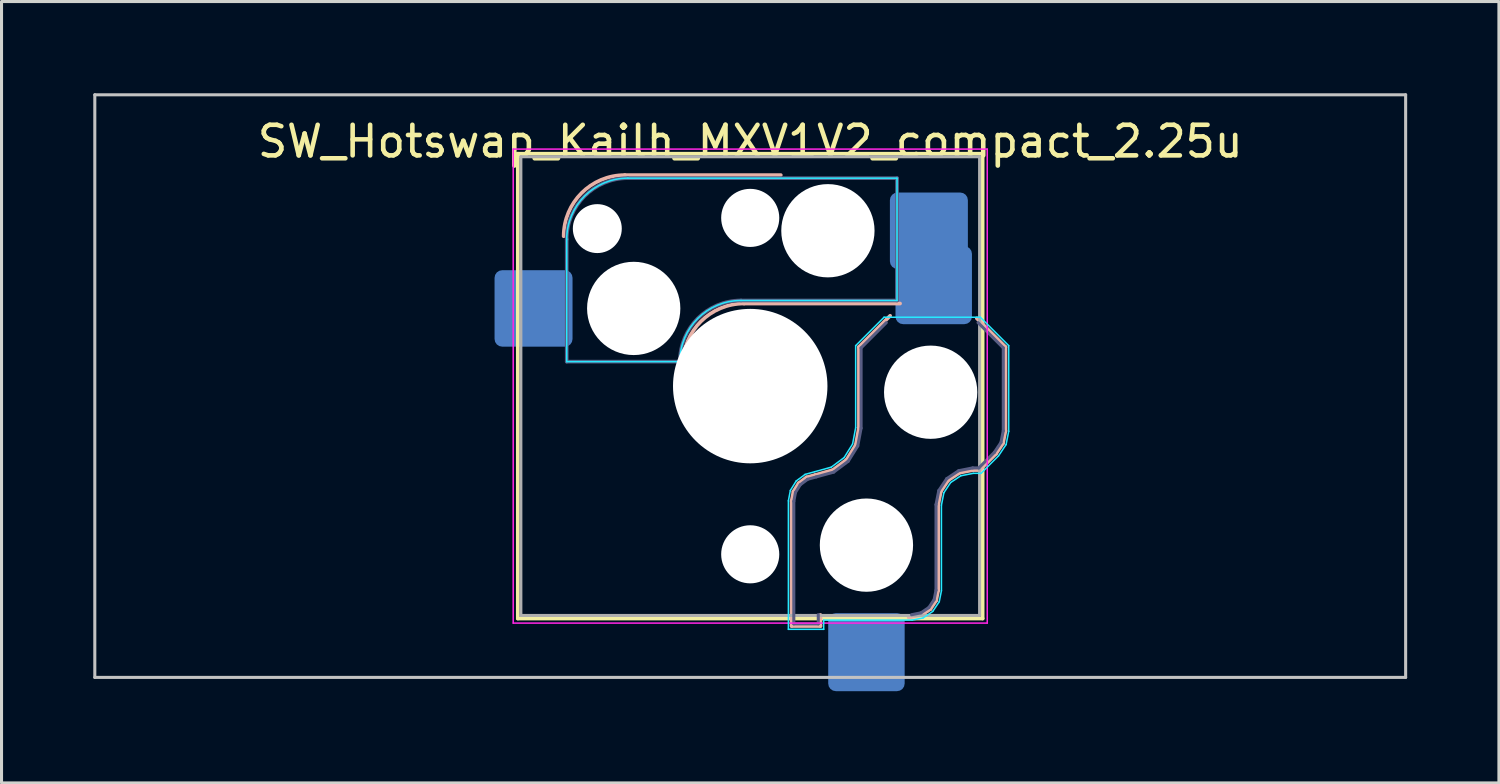
<source format=kicad_pcb>
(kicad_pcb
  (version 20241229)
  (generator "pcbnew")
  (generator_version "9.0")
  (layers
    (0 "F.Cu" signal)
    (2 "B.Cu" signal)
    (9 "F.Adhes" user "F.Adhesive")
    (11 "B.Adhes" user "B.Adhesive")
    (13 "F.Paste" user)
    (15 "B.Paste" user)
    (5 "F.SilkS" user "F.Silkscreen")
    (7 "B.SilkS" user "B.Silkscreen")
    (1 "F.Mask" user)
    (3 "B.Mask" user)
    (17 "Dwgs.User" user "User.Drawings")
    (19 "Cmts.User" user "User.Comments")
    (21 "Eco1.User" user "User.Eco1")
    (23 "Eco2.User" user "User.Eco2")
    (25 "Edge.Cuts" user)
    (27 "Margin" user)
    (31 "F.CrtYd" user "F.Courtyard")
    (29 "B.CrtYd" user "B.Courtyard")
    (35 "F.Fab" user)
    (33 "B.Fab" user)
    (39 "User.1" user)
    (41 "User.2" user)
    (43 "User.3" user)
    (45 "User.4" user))
  (footprint "SW_Hotswap_Kailh_MXV1V2_compact_2.25u"
    (layer "F.Cu")
    (at 21.481 9.575)
    (property "Reference" "SW_Hotswap_Kailh_MXV1V2_compact_2.25u" (at 0 -8 0) (layer "F.SilkS") (effects (font (size 1 1) (thickness 0.15))))
    (attr smd)
    (fp_line (start -7.6 -7.6) (end -7.6 7.6) (stroke (width 0.12) (type solid)) (layer "F.SilkS"))
    (fp_line (start -7.6 7.6) (end 7.6 7.6) (stroke (width 0.12) (type solid)) (layer "F.SilkS"))
    (fp_line (start 7.6 -7.6) (end -7.6 -7.6) (stroke (width 0.12) (type solid)) (layer "F.SilkS"))
    (fp_line (start 7.6 7.6) (end 7.6 -7.6) (stroke (width 0.12) (type solid)) (layer "F.SilkS"))
    (fp_line (start -4.1 -6.9) (end 1 -6.9) (stroke (width 0.12) (type solid)) (layer "B.SilkS"))
    (fp_line (start -0.2 -2.7) (end 4.9 -2.7) (stroke (width 0.12) (type solid)) (layer "B.SilkS"))
    (fp_line (start 1.354 3.76) (end 1.413 3.45) (stroke (width 0.12) (type solid)) (layer "B.SilkS"))
    (fp_line (start 1.354 7.846) (end 1.354 3.76) (stroke (width 0.12) (type solid)) (layer "B.SilkS"))
    (fp_line (start 1.413 3.45) (end 1.583 3.176) (stroke (width 0.12) (type solid)) (layer "B.SilkS"))
    (fp_line (start 1.583 3.176) (end 1.841 2.983) (stroke (width 0.12) (type solid)) (layer "B.SilkS"))
    (fp_line (start 1.841 2.983) (end 2.139 2.901) (stroke (width 0.12) (type solid)) (layer "B.SilkS"))
    (fp_line (start 2.139 2.901) (end 2.697 2.747) (stroke (width 0.12) (type solid)) (layer "B.SilkS"))
    (fp_line (start 2.296 7.483) (end 2.296 7.846) (stroke (width 0.12) (type solid)) (layer "B.SilkS"))
    (fp_line (start 2.296 7.846) (end 1.354 7.846) (stroke (width 0.12) (type solid)) (layer "B.SilkS"))
    (fp_line (start 2.697 2.747) (end 3.15 2.409) (stroke (width 0.12) (type solid)) (layer "B.SilkS"))
    (fp_line (start 3.15 2.409) (end 3.449 1.93) (stroke (width 0.12) (type solid)) (layer "B.SilkS"))
    (fp_line (start 3.449 1.93) (end 3.554 1.368) (stroke (width 0.12) (type solid)) (layer "B.SilkS"))
    (fp_line (start 3.554 -1.279) (end 4.575 -2.3) (stroke (width 0.12) (type solid)) (layer "B.SilkS"))
    (fp_line (start 3.554 1.368) (end 3.554 -1.279) (stroke (width 0.12) (type solid)) (layer "B.SilkS"))
    (fp_line (start 5.609 7.481) (end 5.182 7.566) (stroke (width 0.12) (type solid)) (layer "B.SilkS"))
    (fp_line (start 5.892 7.292) (end 5.609 7.481) (stroke (width 0.12) (type solid)) (layer "B.SilkS"))
    (fp_line (start 6.081 7.009) (end 5.892 7.292) (stroke (width 0.12) (type solid)) (layer "B.SilkS"))
    (fp_line (start 6.146 3.882) (end 6.146 6.682) (stroke (width 0.12) (type solid)) (layer "B.SilkS"))
    (fp_line (start 6.146 6.682) (end 6.081 7.009) (stroke (width 0.12) (type solid)) (layer "B.SilkS"))
    (fp_line (start 6.233 3.444) (end 6.146 3.882) (stroke (width 0.12) (type solid)) (layer "B.SilkS"))
    (fp_line (start 6.477 3.077) (end 6.233 3.444) (stroke (width 0.12) (type solid)) (layer "B.SilkS"))
    (fp_line (start 6.844 2.833) (end 6.477 3.077) (stroke (width 0.12) (type solid)) (layer "B.SilkS"))
    (fp_line (start 7.282 2.746) (end 6.844 2.833) (stroke (width 0.12) (type solid)) (layer "B.SilkS"))
    (fp_line (start 7.409 -2.216) (end 8.346 -1.279) (stroke (width 0.12) (type solid)) (layer "B.SilkS"))
    (fp_line (start 7.504 2.746) (end 7.282 2.746) (stroke (width 0.12) (type solid)) (layer "B.SilkS"))
    (fp_line (start 8.037 2.213) (end 7.504 2.746) (stroke (width 0.12) (type solid)) (layer "B.SilkS"))
    (fp_line (start 8.266 1.871) (end 8.037 2.213) (stroke (width 0.12) (type solid)) (layer "B.SilkS"))
    (fp_line (start 8.346 -1.279) (end 8.346 1.468) (stroke (width 0.12) (type solid)) (layer "B.SilkS"))
    (fp_line (start 8.346 1.468) (end 8.266 1.871) (stroke (width 0.12) (type solid)) (layer "B.SilkS"))
    (fp_arc (start -6.1 -4.9) (mid -5.514214 -6.314214) (end -4.1 -6.9) (stroke (width 0.12) (type solid)) (layer "B.SilkS"))
    (fp_arc (start -2.2 -0.7) (mid -1.614214 -2.114214) (end -0.2 -2.7) (stroke (width 0.12) (type solid)) (layer "B.SilkS"))
    (fp_line (start -21.431 -9.525) (end -21.431 9.525) (stroke (width 0.1) (type solid)) (layer "Dwgs.User"))
    (fp_line (start -21.431 9.525) (end 21.431 9.525) (stroke (width 0.1) (type solid)) (layer "Dwgs.User"))
    (fp_line (start 21.431 -9.525) (end -21.431 -9.525) (stroke (width 0.1) (type solid)) (layer "Dwgs.User"))
    (fp_line (start 21.431 9.525) (end 21.431 -9.525) (stroke (width 0.1) (type solid)) (layer "Dwgs.User"))
    (fp_line (start -6 -0.8) (end -6 -4.8) (stroke (width 0.05) (type solid)) (layer "B.CrtYd"))
    (fp_line (start -6 -0.8) (end -2.3 -0.8) (stroke (width 0.05) (type solid)) (layer "B.CrtYd"))
    (fp_line (start -4 -6.8) (end 4.8 -6.8) (stroke (width 0.05) (type solid)) (layer "B.CrtYd"))
    (fp_line (start -0.3 -2.8) (end 4.8 -2.8) (stroke (width 0.05) (type solid)) (layer "B.CrtYd"))
    (fp_line (start 1.248 3.75) (end 1.312 3.411) (stroke (width 0.05) (type solid)) (layer "B.CrtYd"))
    (fp_line (start 1.248 7.952) (end 1.248 3.75) (stroke (width 0.05) (type solid)) (layer "B.CrtYd"))
    (fp_line (start 1.312 3.411) (end 1.503 3.103) (stroke (width 0.05) (type solid)) (layer "B.CrtYd"))
    (fp_line (start 1.503 3.103) (end 1.794 2.887) (stroke (width 0.05) (type solid)) (layer "B.CrtYd"))
    (fp_line (start 1.794 2.887) (end 2.111 2.799) (stroke (width 0.05) (type solid)) (layer "B.CrtYd"))
    (fp_line (start 2.111 2.799) (end 2.65 2.65) (stroke (width 0.05) (type solid)) (layer "B.CrtYd"))
    (fp_line (start 2.402 7.652) (end 2.402 7.952) (stroke (width 0.05) (type solid)) (layer "B.CrtYd"))
    (fp_line (start 2.402 7.952) (end 1.248 7.952) (stroke (width 0.05) (type solid)) (layer "B.CrtYd"))
    (fp_line (start 2.65 2.65) (end 3.071 2.336) (stroke (width 0.05) (type solid)) (layer "B.CrtYd"))
    (fp_line (start 3.071 2.336) (end 3.348 1.891) (stroke (width 0.05) (type solid)) (layer "B.CrtYd"))
    (fp_line (start 3.348 1.891) (end 3.448 1.359) (stroke (width 0.05) (type solid)) (layer "B.CrtYd"))
    (fp_line (start 3.448 -1.323) (end 4.377 -2.252) (stroke (width 0.05) (type solid)) (layer "B.CrtYd"))
    (fp_line (start 3.448 1.359) (end 3.448 -1.323) (stroke (width 0.05) (type solid)) (layer "B.CrtYd"))
    (fp_line (start 4.377 -2.252) (end 7.523 -2.252) (stroke (width 0.05) (type solid)) (layer "B.CrtYd"))
    (fp_line (start 4.8 -6.8) (end 4.8 -2.8) (stroke (width 0.05) (type solid)) (layer "B.CrtYd"))
    (fp_line (start 5.292 7.652) (end 2.402 7.652) (stroke (width 0.05) (type solid)) (layer "B.CrtYd"))
    (fp_line (start 5.65 7.581) (end 5.292 7.652) (stroke (width 0.05) (type solid)) (layer "B.CrtYd"))
    (fp_line (start 5.968 7.368) (end 5.65 7.581) (stroke (width 0.05) (type solid)) (layer "B.CrtYd"))
    (fp_line (start 6.181 7.05) (end 5.968 7.368) (stroke (width 0.05) (type solid)) (layer "B.CrtYd"))
    (fp_line (start 6.252 3.892) (end 6.252 6.692) (stroke (width 0.05) (type solid)) (layer "B.CrtYd"))
    (fp_line (start 6.252 6.692) (end 6.181 7.05) (stroke (width 0.05) (type solid)) (layer "B.CrtYd"))
    (fp_line (start 6.333 3.485) (end 6.252 3.892) (stroke (width 0.05) (type solid)) (layer "B.CrtYd"))
    (fp_line (start 6.553 3.153) (end 6.333 3.485) (stroke (width 0.05) (type solid)) (layer "B.CrtYd"))
    (fp_line (start 6.885 2.933) (end 6.553 3.153) (stroke (width 0.05) (type solid)) (layer "B.CrtYd"))
    (fp_line (start 7.292 2.852) (end 6.885 2.933) (stroke (width 0.05) (type solid)) (layer "B.CrtYd"))
    (fp_line (start 7.523 -2.252) (end 8.452 -1.323) (stroke (width 0.05) (type solid)) (layer "B.CrtYd"))
    (fp_line (start 7.548 2.852) (end 7.292 2.852) (stroke (width 0.05) (type solid)) (layer "B.CrtYd"))
    (fp_line (start 8.119 2.281) (end 7.548 2.852) (stroke (width 0.05) (type solid)) (layer "B.CrtYd"))
    (fp_line (start 8.366 1.912) (end 8.119 2.281) (stroke (width 0.05) (type solid)) (layer "B.CrtYd"))
    (fp_line (start 8.452 -1.323) (end 8.452 1.478) (stroke (width 0.05) (type solid)) (layer "B.CrtYd"))
    (fp_line (start 8.452 1.478) (end 8.366 1.912) (stroke (width 0.05) (type solid)) (layer "B.CrtYd"))
    (fp_arc (start -6 -4.8) (mid -5.414214 -6.214214) (end -4 -6.8) (stroke (width 0.05) (type solid)) (layer "B.CrtYd"))
    (fp_arc (start -2.3 -0.8) (mid -1.714214 -2.214214) (end -0.3 -2.8) (stroke (width 0.05) (type solid)) (layer "B.CrtYd"))
    (fp_line (start -7.75 -7.75) (end -7.75 7.75) (stroke (width 0.05) (type solid)) (layer "F.CrtYd"))
    (fp_line (start -7.75 7.75) (end 7.75 7.75) (stroke (width 0.05) (type solid)) (layer "F.CrtYd"))
    (fp_line (start 7.75 -7.75) (end -7.75 -7.75) (stroke (width 0.05) (type solid)) (layer "F.CrtYd"))
    (fp_line (start 7.75 7.75) (end 7.75 -7.75) (stroke (width 0.05) (type solid)) (layer "F.CrtYd"))
    (fp_line (start -6 -0.8) (end -6 -4.8) (stroke (width 0.12) (type solid)) (layer "B.Fab"))
    (fp_line (start -6 -0.8) (end -2.3 -0.8) (stroke (width 0.12) (type solid)) (layer "B.Fab"))
    (fp_line (start -4 -6.8) (end 4.8 -6.8) (stroke (width 0.12) (type solid)) (layer "B.Fab"))
    (fp_line (start -0.3 -2.8) (end 4.8 -2.8) (stroke (width 0.12) (type solid)) (layer "B.Fab"))
    (fp_line (start 1.425 3.767) (end 1.48 3.476) (stroke (width 0.1) (type solid)) (layer "B.Fab"))
    (fp_line (start 1.425 7.775) (end 1.425 3.767) (stroke (width 0.1) (type solid)) (layer "B.Fab"))
    (fp_line (start 1.48 3.476) (end 1.636 3.225) (stroke (width 0.1) (type solid)) (layer "B.Fab"))
    (fp_line (start 1.636 3.225) (end 1.873 3.048) (stroke (width 0.1) (type solid)) (layer "B.Fab"))
    (fp_line (start 1.873 3.048) (end 2.158 2.969) (stroke (width 0.1) (type solid)) (layer "B.Fab"))
    (fp_line (start 2.158 2.969) (end 2.729 2.812) (stroke (width 0.1) (type solid)) (layer "B.Fab"))
    (fp_line (start 2.225 7.475) (end 2.225 7.775) (stroke (width 0.1) (type solid)) (layer "B.Fab"))
    (fp_line (start 2.225 7.775) (end 1.425 7.775) (stroke (width 0.1) (type solid)) (layer "B.Fab"))
    (fp_line (start 2.729 2.812) (end 3.203 2.458) (stroke (width 0.1) (type solid)) (layer "B.Fab"))
    (fp_line (start 3.203 2.458) (end 3.516 1.956) (stroke (width 0.1) (type solid)) (layer "B.Fab"))
    (fp_line (start 3.516 1.956) (end 3.625 1.375) (stroke (width 0.1) (type solid)) (layer "B.Fab"))
    (fp_line (start 3.625 -1.25) (end 4.45 -2.075) (stroke (width 0.1) (type solid)) (layer "B.Fab"))
    (fp_line (start 3.625 1.375) (end 3.625 -1.25) (stroke (width 0.1) (type solid)) (layer "B.Fab"))
    (fp_line (start 4.8 -6.8) (end 4.8 -2.8) (stroke (width 0.12) (type solid)) (layer "B.Fab"))
    (fp_line (start 5.581 7.414) (end 5.275 7.475) (stroke (width 0.1) (type solid)) (layer "B.Fab"))
    (fp_line (start 5.841 7.241) (end 5.581 7.414) (stroke (width 0.1) (type solid)) (layer "B.Fab"))
    (fp_line (start 6.014 6.981) (end 5.841 7.241) (stroke (width 0.1) (type solid)) (layer "B.Fab"))
    (fp_line (start 6.075 3.875) (end 6.075 6.675) (stroke (width 0.1) (type solid)) (layer "B.Fab"))
    (fp_line (start 6.075 6.675) (end 6.014 6.981) (stroke (width 0.1) (type solid)) (layer "B.Fab"))
    (fp_line (start 6.166 3.416) (end 6.075 3.875) (stroke (width 0.1) (type solid)) (layer "B.Fab"))
    (fp_line (start 6.426 3.026) (end 6.166 3.416) (stroke (width 0.1) (type solid)) (layer "B.Fab"))
    (fp_line (start 6.816 2.766) (end 6.426 3.026) (stroke (width 0.1) (type solid)) (layer "B.Fab"))
    (fp_line (start 7.275 2.675) (end 6.816 2.766) (stroke (width 0.1) (type solid)) (layer "B.Fab"))
    (fp_line (start 7.45 -2.075) (end 8.275 -1.25) (stroke (width 0.1) (type solid)) (layer "B.Fab"))
    (fp_line (start 7.475 2.675) (end 7.275 2.675) (stroke (width 0.1) (type solid)) (layer "B.Fab"))
    (fp_line (start 7.982 2.168) (end 7.475 2.675) (stroke (width 0.1) (type solid)) (layer "B.Fab"))
    (fp_line (start 8.199 1.843) (end 7.982 2.168) (stroke (width 0.1) (type solid)) (layer "B.Fab"))
    (fp_line (start 8.275 -1.25) (end 8.275 1.461) (stroke (width 0.1) (type solid)) (layer "B.Fab"))
    (fp_line (start 8.275 1.461) (end 8.199 1.843) (stroke (width 0.1) (type solid)) (layer "B.Fab"))
    (fp_arc (start -6 -4.8) (mid -5.414214 -6.214214) (end -4 -6.8) (stroke (width 0.12) (type solid)) (layer "B.Fab"))
    (fp_arc (start -2.3 -0.8) (mid -1.714214 -2.214214) (end -0.3 -2.8) (stroke (width 0.12) (type solid)) (layer "B.Fab"))
    (fp_line (start -7.5 -7.5) (end -7.5 7.5) (stroke (width 0.1) (type solid)) (layer "F.Fab"))
    (fp_line (start -7.5 7.5) (end 7.5 7.5) (stroke (width 0.1) (type solid)) (layer "F.Fab"))
    (fp_line (start 7.5 -7.5) (end -7.5 -7.5) (stroke (width 0.1) (type solid)) (layer "F.Fab"))
    (fp_line (start 7.5 7.5) (end 7.5 -7.5) (stroke (width 0.1) (type solid)) (layer "F.Fab"))
    (pad "" np_thru_hole circle (at -5 -5.15) (size 1.6 1.6) (drill 1.6) (layers "*.Cu" "*.Mask"))
    (pad "" np_thru_hole circle (at -3.81 -2.54) (size 3.05 3.05) (drill 3.05) (layers "*.Cu" "*.Mask"))
    (pad "" np_thru_hole circle (at 0 -5.5 270) (size 1.9 1.9) (drill 1.9) (layers "*.Cu" "*.Mask"))
    (pad "" np_thru_hole circle (at 0 0 270) (size 5.05 5.05) (drill 5.05) (layers "*.Cu" "*.Mask"))
    (pad "" np_thru_hole circle (at 0 5.5 270) (size 1.9 1.9) (drill 1.9) (layers "*.Cu" "*.Mask"))
    (pad "" np_thru_hole circle (at 2.54 -5.08) (size 3.05 3.05) (drill 3.05) (layers "*.Cu" "*.Mask"))
    (pad "" np_thru_hole circle (at 3.8 5.2 270) (size 3.05 3.05) (drill 3.05) (layers "*.Cu" "*.Mask"))
    (pad "" np_thru_hole circle (at 5.9 0.2 270) (size 3.05 3.05) (drill 3.05) (layers "*.Cu" "*.Mask"))
    (pad "1" smd roundrect (at 5.842 -5.08) (size 2.55 2.5) (layers "B.Cu" "B.Mask" "B.Paste") (roundrect_rratio 0.1))
    (pad "1" smd roundrect (at 6 -3.3 270) (size 2.55 2.5) (layers "B.Cu" "B.Mask" "B.Paste") (roundrect_rratio 0.1))
    (pad "2" smd roundrect (at -7.085 -2.54) (size 2.55 2.5) (layers "B.Cu" "B.Mask" "B.Paste") (roundrect_rratio 0.1))
    (pad "2" smd roundrect (at 3.8 8.7 270) (size 2.55 2.5) (layers "B.Cu" "B.Mask" "B.Paste") (roundrect_rratio 0.1)))
  (gr_rect
    (start -3 -3)
    (end 45.962 22.55)
    (stroke (width 0.1) (type default))
    (fill no)
    (layer "Edge.Cuts")))
</source>
